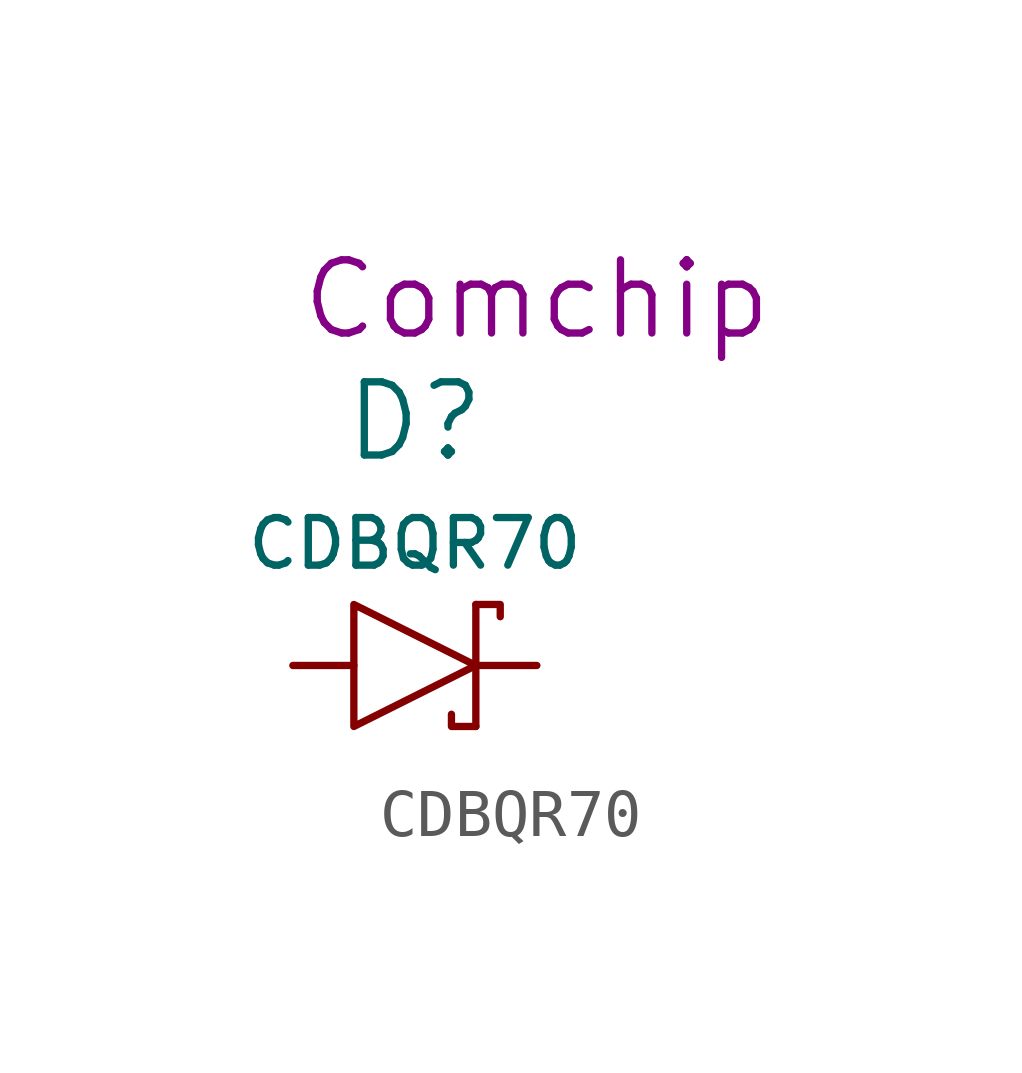
<source format=kicad_sym>
(kicad_symbol_lib
  (version 20220914)
  (generator kicad_symbol_editor)
  (symbol "CDBQR70"
    (pin_numbers hide)
    (pin_names
      (offset 1.016) hide)
    (property "Reference" "D"
      (at 0 5.08 0)
      (effects (font (size 1.524 1.524))))
    (property "Value" "CDBQR70"
      (at 0 2.54 0)
      (effects (font (size 0.991 0.991))))
    (property "Manufacturer" "Comchip"
      (at 2.54 7.62 0)
      (effects (font (size 1.524 1.524))))
    (symbol "CDBQR70_0_1"
      (polyline (pts (xy 1.27 1.27) (xy 1.27 -1.27)) (stroke (width 0) (type solid)) (fill (type none)))
      (polyline (pts (xy 0.762 -1.016) (xy 0.762 -1.27) (xy 1.27 -1.27)) (stroke (width 0) (type solid)) (fill (type none)))
      (polyline (pts (xy 1.778 1.016) (xy 1.778 1.27) (xy 1.27 1.27)) (stroke (width 0) (type solid)) (fill (type none)))
      (polyline (pts (xy -1.27 0) (xy -1.27 1.27) (xy 1.27 0) (xy -1.27 -1.27) (xy -1.27 0)) (stroke (width 0) (type solid)) (fill (type none))))
    (symbol "CDBQR70_1_1"
      (pin passive line (at -2.54 0 0) (length 1.27) (name "A" (effects (font (size 1.27 1.27)))) (number "A" (effects (font (size 1.27 1.27)))))
      (pin passive line (at 2.54 0 180) (length 1.27) (name "C" (effects (font (size 1.27 1.27)))) (number "C" (effects (font (size 1.27 1.27))))))))
</source>
